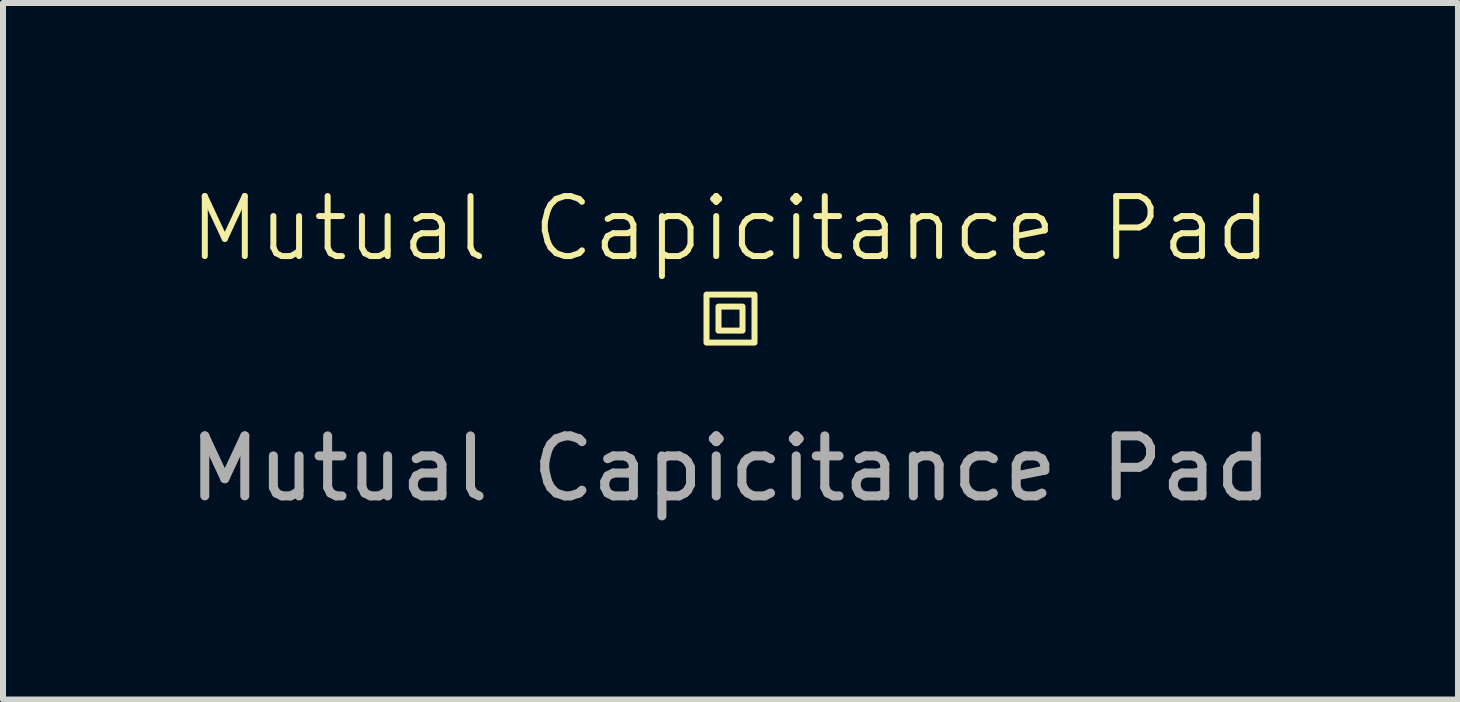
<source format=kicad_pcb>
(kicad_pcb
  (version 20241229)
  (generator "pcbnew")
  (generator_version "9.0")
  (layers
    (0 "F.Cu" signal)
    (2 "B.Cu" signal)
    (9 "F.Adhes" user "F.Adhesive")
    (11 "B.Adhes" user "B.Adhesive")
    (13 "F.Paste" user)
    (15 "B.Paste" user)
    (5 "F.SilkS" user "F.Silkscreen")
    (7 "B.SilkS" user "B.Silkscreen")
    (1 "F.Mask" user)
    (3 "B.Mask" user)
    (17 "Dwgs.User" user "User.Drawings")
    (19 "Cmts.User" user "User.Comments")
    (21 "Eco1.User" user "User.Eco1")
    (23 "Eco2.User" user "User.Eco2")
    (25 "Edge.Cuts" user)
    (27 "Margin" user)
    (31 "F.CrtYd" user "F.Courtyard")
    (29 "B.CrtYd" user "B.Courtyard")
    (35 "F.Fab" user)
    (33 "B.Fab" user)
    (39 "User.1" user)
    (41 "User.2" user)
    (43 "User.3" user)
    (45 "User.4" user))
  (footprint "Mutual Capicitance Pad"
    (layer "F.Cu")
    (at 9.125 2.26)
    (property "Reference" "Mutual Capicitance Pad" (at 0 -1.5 0) (unlocked yes) (layer "F.SilkS") (effects (font (size 1 1) (thickness 0.1))))
    (attr smd)
    (fp_rect (start -0.4 -0.4) (end 0.4 0.4) (stroke (width 0.1) (type default)) (fill no) (layer "F.SilkS"))
    (fp_rect (start -0.2 -0.2) (end 0.2 0.2) (stroke (width 0.1) (type default)) (fill no) (layer "F.SilkS"))
    (fp_text user "${REFERENCE}" (at 0 2.5 0) (unlocked yes) (layer "F.Fab") (effects (font (size 1 1) (thickness 0.15)))))
  (gr_rect
    (start -3 -3)
    (end 21.25 8.609)
    (stroke (width 0.1) (type default))
    (fill no)
    (layer "Edge.Cuts")))
</source>
